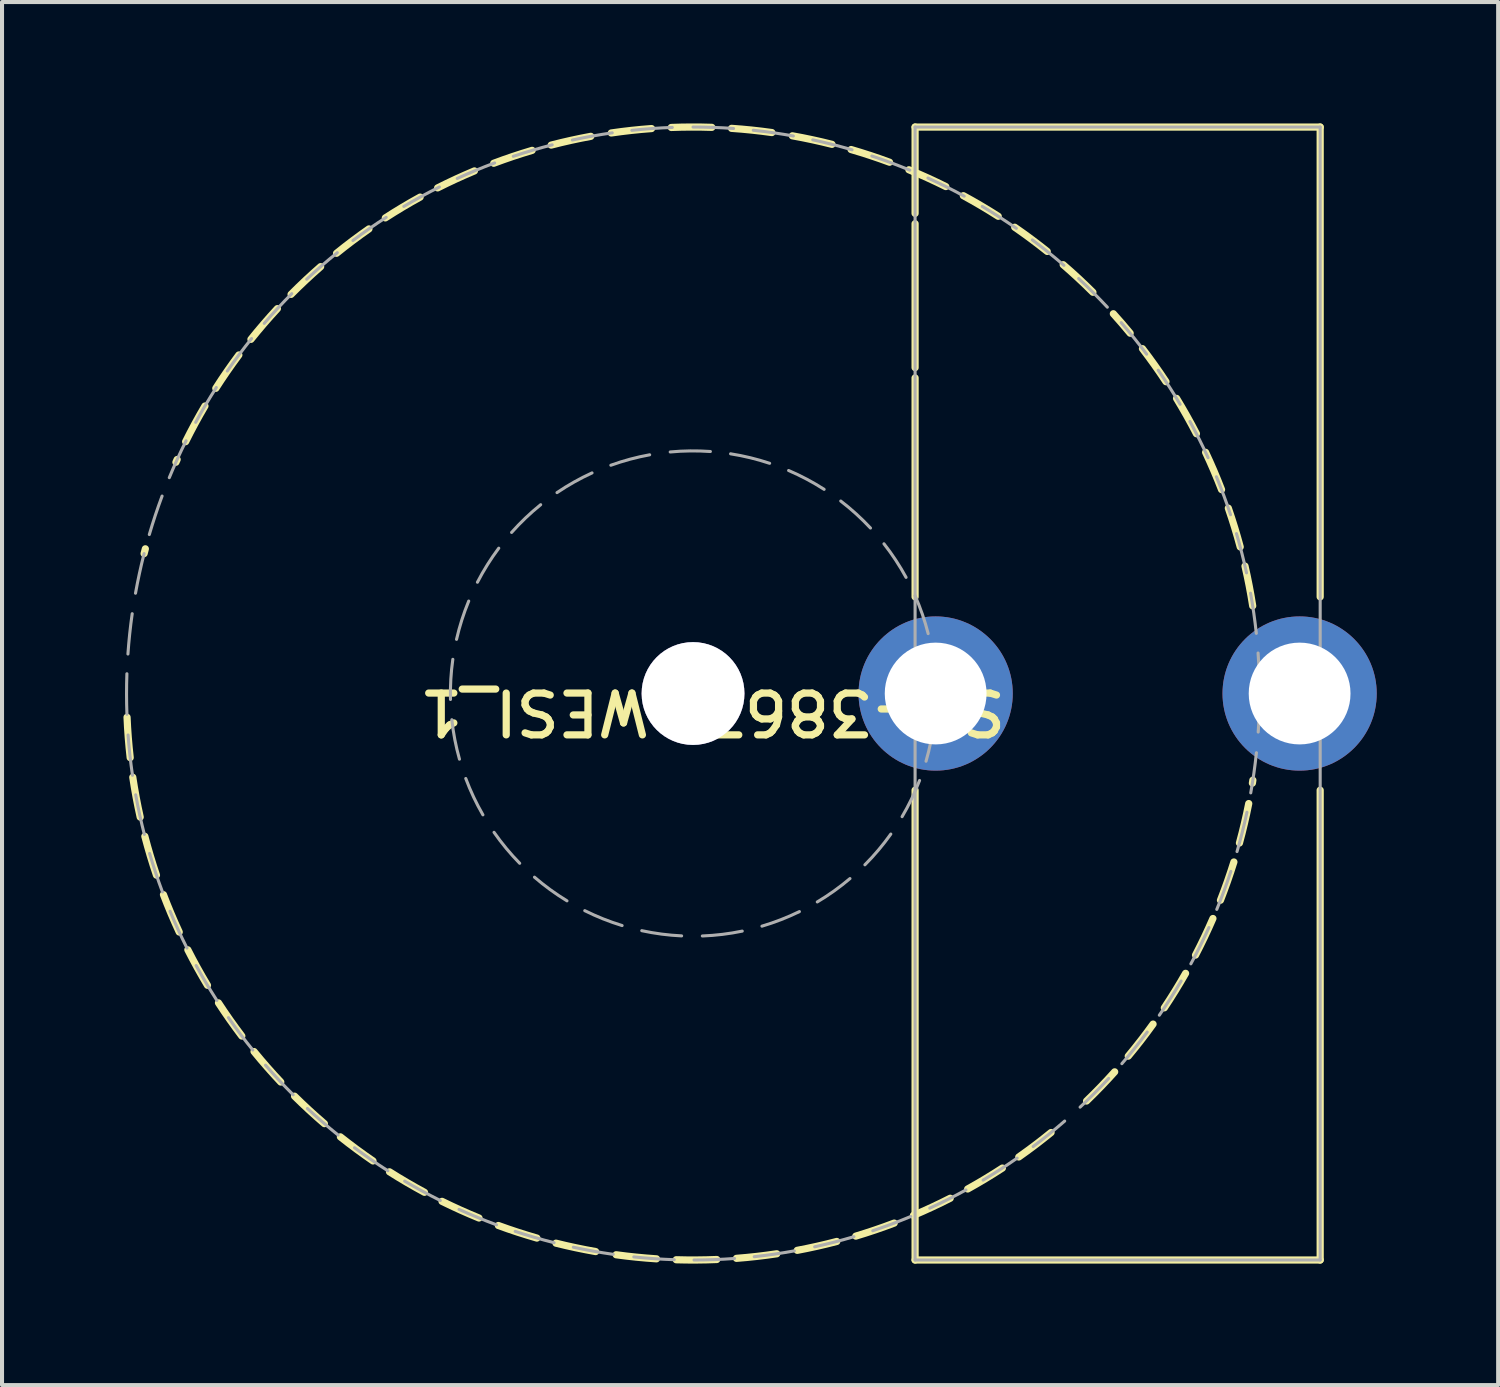
<source format=kicad_pcb>
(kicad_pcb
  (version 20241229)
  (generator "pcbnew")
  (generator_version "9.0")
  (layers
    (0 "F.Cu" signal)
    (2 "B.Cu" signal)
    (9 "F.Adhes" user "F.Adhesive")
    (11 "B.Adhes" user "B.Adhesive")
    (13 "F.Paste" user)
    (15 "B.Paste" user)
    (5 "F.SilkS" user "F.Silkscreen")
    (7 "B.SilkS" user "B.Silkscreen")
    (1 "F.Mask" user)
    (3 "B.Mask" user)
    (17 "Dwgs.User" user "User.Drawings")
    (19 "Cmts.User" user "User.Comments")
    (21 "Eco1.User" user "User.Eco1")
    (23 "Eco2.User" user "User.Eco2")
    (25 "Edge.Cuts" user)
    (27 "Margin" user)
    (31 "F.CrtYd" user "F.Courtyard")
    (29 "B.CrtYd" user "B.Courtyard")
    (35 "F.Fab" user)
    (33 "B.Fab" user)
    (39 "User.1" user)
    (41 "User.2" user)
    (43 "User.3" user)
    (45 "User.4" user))
  (footprint "SF-3863-WESI_1"
    (layer "F.Cu")
    (at 14.072 14.084)
    (property "Reference" "SF-3863-WESI_1" (at 0.483 0.457 180) (unlocked yes) (layer "F.SilkS") (effects (font (size 1.033 1.087) (thickness 0.178))))
    (attr smd)
    (fp_line (start 5.486 -13.995) (end 15.494 -13.995) (stroke (width 0.178) (type solid)) (layer "F.SilkS"))
    (fp_line (start 5.486 -11.862) (end 5.486 -13.995) (stroke (width 0.178) (type solid)) (layer "F.SilkS"))
    (fp_line (start 5.486 -8.052) (end 5.486 -11.608) (stroke (width 0.178) (type solid)) (layer "F.SilkS"))
    (fp_line (start 5.486 -2.388) (end 5.486 -7.798) (stroke (width 0.178) (type solid)) (layer "F.SilkS"))
    (fp_line (start 5.486 13.995) (end 5.486 2.388) (stroke (width 0.178) (type solid)) (layer "F.SilkS"))
    (fp_line (start 5.486 13.995) (end 15.494 13.995) (stroke (width 0.178) (type solid)) (layer "F.SilkS"))
    (fp_line (start 15.494 -2.388) (end 15.494 -13.995) (stroke (width 0.178) (type solid)) (layer "F.SilkS"))
    (fp_line (start 15.494 13.995) (end 15.494 2.388) (stroke (width 0.178) (type solid)) (layer "F.SilkS"))
    (fp_arc (start -13.905436 1.584325) (mid -13.95321 1.085891) (end -13.983124 0.586067) (stroke (width 0.1778) (type solid)) (layer "F.SilkS"))
    (fp_arc (start -13.658346 3.053002) (mid -13.758815 2.562467) (end -13.841673 2.068652) (stroke (width 0.1778) (type solid)) (layer "F.SilkS"))
    (fp_arc (start -13.561763 -3.45685) (mid -13.546551 -3.515991) (end -13.53108 -3.575066) (stroke (width 0.1778) (type solid)) (layer "F.SilkS"))
    (fp_arc (start -13.256587 4.487107) (mid -13.408614 4.010025) (end -13.543477 3.527811) (stroke (width 0.1778) (type solid)) (layer "F.SilkS"))
    (fp_arc (start -12.775479 -5.714748) (mid -12.760474 -5.748175) (end -12.745382 -5.781562) (stroke (width 0.1778) (type solid)) (layer "F.SilkS"))
    (fp_arc (start -12.694444 5.892565) (mid -12.897106 5.434693) (end -13.083259 4.969864) (stroke (width 0.1778) (type solid)) (layer "F.SilkS"))
    (fp_arc (start -12.535845 -6.222847) (mid -12.305221 -6.667292) (end -12.058845 -7.103202) (stroke (width 0.1778) (type solid)) (layer "F.SilkS"))
    (fp_arc (start -11.996399 7.208164) (mid -12.246569 6.77442) (end -12.481063 6.332005) (stroke (width 0.1778) (type solid)) (layer "F.SilkS"))
    (fp_arc (start -11.790458 -7.540313) (mid -11.513183 -7.957251) (end -11.221171 -8.364003) (stroke (width 0.1778) (type solid)) (layer "F.SilkS"))
    (fp_arc (start -11.147755 8.461606) (mid -11.443306 8.057417) (end -11.724209 7.642915) (stroke (width 0.1778) (type solid)) (layer "F.SilkS"))
    (fp_arc (start -10.922436 -8.750521) (mid -10.602425 -9.135634) (end -10.268843 -9.509053) (stroke (width 0.1778) (type solid)) (layer "F.SilkS"))
    (fp_arc (start -10.185471 9.598302) (mid -10.522299 9.227808) (end -10.845658 8.845503) (stroke (width 0.1778) (type solid)) (layer "F.SilkS"))
    (fp_arc (start -9.930727 -9.861637) (mid -9.571604 -10.210564) (end -9.20023 -10.546421) (stroke (width 0.1778) (type solid)) (layer "F.SilkS"))
    (fp_arc (start -9.107845 10.626306) (mid -9.482136 10.293703) (end -9.84429 9.947923) (stroke (width 0.1778) (type solid)) (layer "F.SilkS"))
    (fp_arc (start -8.80759 -10.876469) (mid -8.412884 -11.18457) (end -8.00741 -11.478354) (stroke (width 0.1778) (type solid)) (layer "F.SilkS"))
    (fp_arc (start -7.906939 11.547793) (mid -8.314962 11.257558) (end -8.712341 10.952914) (stroke (width 0.1778) (type solid)) (layer "F.SilkS"))
    (fp_arc (start -7.601943 -11.750816) (mid -7.176732 -12.015229) (end -6.742335 -12.264263) (stroke (width 0.1778) (type solid)) (layer "F.SilkS"))
    (fp_arc (start -6.635054 12.322633) (mid -7.071608 12.0774) (end -7.49911 11.816707) (stroke (width 0.1778) (type solid)) (layer "F.SilkS"))
    (fp_arc (start -6.310211 -12.492096) (mid -5.85931 -12.709827) (end -5.400909 -12.91129) (stroke (width 0.1778) (type solid)) (layer "F.SilkS"))
    (fp_arc (start -5.288033 12.957929) (mid -5.748175 12.760474) (end -6.200959 12.546686) (stroke (width 0.1778) (type solid)) (layer "F.SilkS"))
    (fp_arc (start -4.924164 -13.100528) (mid -4.452386 -13.268289) (end -3.974908 -13.419066) (stroke (width 0.1778) (type solid)) (layer "F.SilkS"))
    (fp_arc (start -3.857655 13.453242) (mid -4.33643 13.306637) (end -4.809655 13.143) (stroke (width 0.1778) (type solid)) (layer "F.SilkS"))
    (fp_arc (start -3.504169 -13.549613) (mid -3.017235 -13.666291) (end -2.526438 -13.765476) (stroke (width 0.1778) (type solid)) (layer "F.SilkS"))
    (fp_arc (start -2.406217 13.786999) (mid -2.89786 13.692101) (end -3.385794 13.579677) (stroke (width 0.1778) (type solid)) (layer "F.SilkS"))
    (fp_arc (start -2.020323 -13.848809) (mid -1.523636 -13.912216) (end -1.024998 -13.957815) (stroke (width 0.1778) (type solid)) (layer "F.SilkS"))
    (fp_arc (start -0.903156 13.966228) (mid -1.402172 13.924982) (end -1.899394 13.865912) (stroke (width 0.1778) (type solid)) (layer "F.SilkS"))
    (fp_arc (start -0.537253 -13.985085) (mid -0.03664 -13.995353) (end 0.46402 -13.987706) (stroke (width 0.1778) (type solid)) (layer "F.SilkS"))
    (fp_arc (start 0.586066 13.983124) (mid 0.085492 13.995139) (end -0.415191 13.98924) (stroke (width 0.1778) (type solid)) (layer "F.SilkS"))
    (fp_arc (start 0.951901 -13.962991) (mid 1.450771 -13.920004) (end 1.947783 -13.859198) (stroke (width 0.1778) (type solid)) (layer "F.SilkS"))
    (fp_arc (start 2.068651 13.841673) (mid 1.572188 13.906813) (end 1.073713 13.954152) (stroke (width 0.1778) (type solid)) (layer "F.SilkS"))
    (fp_arc (start 2.454328 -13.778515) (mid 2.945637 -13.681901) (end 3.433175 -13.567775) (stroke (width 0.1778) (type solid)) (layer "F.SilkS"))
    (fp_arc (start 3.551444 13.537299) (mid 3.06492 13.655676) (end 2.574473 13.756573) (stroke (width 0.1778) (type solid)) (layer "F.SilkS"))
    (fp_arc (start 3.904592 -13.439694) (mid 4.382852 -13.291419) (end 4.855503 -13.126131) (stroke (width 0.1778) (type solid)) (layer "F.SilkS"))
    (fp_arc (start 4.969864 13.083259) (mid 4.498674 13.252666) (end 4.021725 13.405109) (stroke (width 0.1778) (type solid)) (layer "F.SilkS"))
    (fp_arc (start 5.333232 -12.939391) (mid 5.792682 -12.740331) (end 6.244717 -12.524964) (stroke (width 0.1778) (type solid)) (layer "F.SilkS"))
    (fp_arc (start 6.353778 12.469993) (mid 5.90364 12.689297) (end 5.445945 12.892358) (stroke (width 0.1778) (type solid)) (layer "F.SilkS"))
    (fp_arc (start 6.678028 -12.299397) (mid 7.113723 -12.052641) (end 7.540313 -11.790458) (stroke (width 0.1778) (type solid)) (layer "F.SilkS"))
    (fp_arc (start 7.642916 11.724209) (mid 7.218631 11.990105) (end 6.785105 12.240653) (stroke (width 0.1778) (type solid)) (layer "F.SilkS"))
    (fp_arc (start 7.9472 -11.520123) (mid 8.354207 -11.228466) (end 8.750521 -10.922436) (stroke (width 0.1778) (type solid)) (layer "F.SilkS"))
    (fp_arc (start 8.845503 10.845659) (mid 8.451875 11.155135) (end 8.047429 11.450333) (stroke (width 0.1778) (type solid)) (layer "F.SilkS"))
    (fp_arc (start 9.144883 -10.594448) (mid 9.518011 -10.26054) (end 9.878955 -9.913499) (stroke (width 0.1778) (type solid)) (layer "F.SilkS"))
    (fp_arc (start 10.384249 -9.382889) (mid 10.594449 -9.144883) (end 10.799195 -8.902169) (stroke (width 0.1778) (type solid)) (layer "F.SilkS"))
    (fp_arc (start 10.416938 9.346583) (mid 10.075929 9.713232) (end 9.722022 10.067448) (stroke (width 0.1778) (type solid)) (layer "F.SilkS"))
    (fp_arc (start 11.103298 -8.51986) (mid 11.400961 -8.117224) (end 11.68403 -7.704198) (stroke (width 0.1778) (type solid)) (layer "F.SilkS"))
    (fp_arc (start 11.365434 8.166892) (mid 11.066017 8.568225) (end 10.752435 8.958591) (stroke (width 0.1778) (type solid)) (layer "F.SilkS"))
    (fp_arc (start 11.945785 -7.291738) (mid 12.198977 -6.859751) (end 12.436554 -6.418984) (stroke (width 0.1778) (type solid)) (layer "F.SilkS"))
    (fp_arc (start 12.16893 6.912914) (mid 11.913856 7.343792) (end 11.643531 7.76527) (stroke (width 0.1778) (type solid)) (layer "F.SilkS"))
    (fp_arc (start 12.663417 -5.958951) (mid 12.868474 -5.502146) (end 13.057058 -5.038299) (stroke (width 0.1778) (type solid)) (layer "F.SilkS"))
    (fp_arc (start 12.844343 5.558244) (mid 12.637295 6.01415) (end 12.414071 6.462357) (stroke (width 0.1778) (type solid)) (layer "F.SilkS"))
    (fp_arc (start 13.224938 -4.579545) (mid 13.380292 -4.103537) (end 13.518518 -3.622276) (stroke (width 0.1778) (type solid)) (layer "F.SilkS"))
    (fp_arc (start 13.36226 4.161881) (mid 13.204831 4.637207) (end 13.030499 5.106597) (stroke (width 0.1778) (type solid)) (layer "F.SilkS"))
    (fp_arc (start 13.636699 -3.14828) (mid 13.74059 -2.658458) (end 13.826894 -2.165234) (stroke (width 0.1778) (type solid)) (layer "F.SilkS"))
    (fp_arc (start 13.72886 2.718388) (mid 13.622832 3.207752) (end 13.499367 3.693009) (stroke (width 0.1778) (type solid)) (layer "F.SilkS"))
    (fp_arc (start 13.830651 2.141098) (mid 13.824998 2.177299) (end 13.819251 2.213485) (stroke (width 0.1778) (type solid)) (layer "F.SilkS"))
    (fp_line (start 5.486 -13.995) (end 15.494 -13.995) (stroke (width 0.076) (type solid)) (layer "F.Fab"))
    (fp_line (start 5.486 13.995) (end 5.486 -13.995) (stroke (width 0.076) (type solid)) (layer "F.Fab"))
    (fp_line (start 5.486 13.995) (end 15.494 13.995) (stroke (width 0.076) (type solid)) (layer "F.Fab"))
    (fp_line (start 15.494 13.995) (end 15.494 -13.995) (stroke (width 0.076) (type solid)) (layer "F.Fab"))
    (fp_arc (start -13.986 0.512844) (mid -13.995394 0.012214) (end -13.986874 -0.488432) (stroke (width 0.0762) (type solid)) (layer "F.Fab"))
    (fp_arc (start -13.961308 -0.97627) (mid -13.91745 -1.475064) (end -13.855777 -1.971969) (stroke (width 0.0762) (type solid)) (layer "F.Fab"))
    (fp_arc (start -13.848809 2.020323) (mid -13.912216 1.523636) (end -13.957815 1.024998) (stroke (width 0.0762) (type solid)) (layer "F.Fab"))
    (fp_arc (start -13.774211 -2.478372) (mid -13.67674 -2.969511) (end -13.561763 -3.45685) (stroke (width 0.0762) (type solid)) (layer "F.Fab"))
    (fp_arc (start -13.555709 3.480515) (mid -13.671537 2.993378) (end -13.769865 2.502409) (stroke (width 0.0762) (type solid)) (layer "F.Fab"))
    (fp_arc (start -13.432859 -3.928043) (mid -13.283749 -4.406044) (end -13.117636 -4.878405) (stroke (width 0.0762) (type solid)) (layer "F.Fab"))
    (fp_arc (start -13.109102 4.901293) (mid -13.276039 4.429222) (end -13.425983 3.951482) (stroke (width 0.0762) (type solid)) (layer "F.Fab"))
    (fp_arc (start -12.939391 -5.333232) (mid -12.740331 -5.792682) (end -12.524964 -6.244717) (stroke (width 0.0762) (type solid)) (layer "F.Fab"))
    (fp_arc (start -12.50309 6.288399) (mid -12.720034 5.837119) (end -12.920696 5.378367) (stroke (width 0.0762) (type solid)) (layer "F.Fab"))
    (fp_arc (start -12.287723 -6.699484) (mid -12.040207 -7.134748) (end -11.77728 -7.560879) (stroke (width 0.0762) (type solid)) (layer "F.Fab"))
    (fp_arc (start -11.764065 7.581423) (mid -12.027736 7.155751) (end -12.276011 6.72092) (stroke (width 0.0762) (type solid)) (layer "F.Fab"))
    (fp_arc (start -11.506235 -7.967295) (mid -11.213868 -8.373792) (end -10.907147 -8.769571) (stroke (width 0.0762) (type solid)) (layer "F.Fab"))
    (fp_arc (start -10.876469 8.80759) (mid -11.18457 8.412884) (end -11.478354 8.00741) (stroke (width 0.0762) (type solid)) (layer "F.Fab"))
    (fp_arc (start -10.594448 -9.144883) (mid -10.26054 -9.518011) (end -9.913499 -9.878955) (stroke (width 0.0762) (type solid)) (layer "F.Fab"))
    (fp_arc (start -9.878954 9.9135) (mid -10.227253 9.553769) (end -10.562462 9.181809) (stroke (width 0.0762) (type solid)) (layer "F.Fab"))
    (fp_arc (start -9.54484 -10.235587) (mid -9.172588 -10.570471) (end -8.788594 -10.891824) (stroke (width 0.0762) (type solid)) (layer "F.Fab"))
    (fp_arc (start -8.769571 10.907147) (mid -9.154125 10.586465) (end -9.526961 10.252231) (stroke (width 0.0762) (type solid)) (layer "F.Fab"))
    (fp_arc (start -8.403121 -11.191907) (mid -7.99739 -11.485337) (end -7.581423 -11.764066) (stroke (width 0.0762) (type solid)) (layer "F.Fab"))
    (fp_arc (start -7.540313 11.790458) (mid -7.957251 11.513183) (end -8.364003 11.221171) (stroke (width 0.0762) (type solid)) (layer "F.Fab"))
    (fp_arc (start -7.145253 -12.033976) (mid -6.710205 -12.281871) (end -6.266568 -12.514046) (stroke (width 0.0762) (type solid)) (layer "F.Fab"))
    (fp_arc (start -6.244717 12.524964) (mid -6.688758 12.293564) (end -7.124238 12.046429) (stroke (width 0.0762) (type solid)) (layer "F.Fab"))
    (fp_arc (start -5.992611 0.146457) (mid -5.984157 -0.350284) (end -5.934598 -0.844618) (stroke (width 0.0762) (type solid)) (layer "F.Fab"))
    (fp_arc (start -5.843109 -1.33825) (mid -5.712223 -1.817511) (end -5.542099 -2.284288) (stroke (width 0.0762) (type solid)) (layer "F.Fab"))
    (fp_arc (start -5.826016 -12.725123) (mid -5.367089 -12.925385) (end -4.901292 -13.109102) (stroke (width 0.0762) (type solid)) (layer "F.Fab"))
    (fp_arc (start -5.77076 1.622087) (mid -5.885262 1.13865) (end -5.959339 0.647391) (stroke (width 0.0762) (type solid)) (layer "F.Fab"))
    (fp_arc (start -5.326727 -2.749329) (mid -5.080765 -3.180983) (end -4.799904 -3.590787) (stroke (width 0.0762) (type solid)) (layer "F.Fab"))
    (fp_arc (start -5.191303 2.9972) (mid -5.421666 2.557024) (end -5.614788 2.099283) (stroke (width 0.0762) (type solid)) (layer "F.Fab"))
    (fp_arc (start -4.855503 13.126131) (mid -5.321939 12.944041) (end -5.781562 12.745382) (stroke (width 0.0762) (type solid)) (layer "F.Fab"))
    (fp_arc (start -4.482601 -3.97984) (mid -4.137642 -4.337367) (end -3.764262 -4.665101) (stroke (width 0.0762) (type solid)) (layer "F.Fab"))
    (fp_arc (start -4.440805 -13.272169) (mid -3.963196 -13.422529) (end -3.480514 -13.555709) (stroke (width 0.0762) (type solid)) (layer "F.Fab"))
    (fp_arc (start -4.282835 4.194062) (mid -4.615428 3.825004) (end -4.916318 3.429671) (stroke (width 0.0762) (type solid)) (layer "F.Fab"))
    (fp_arc (start -3.433175 13.567775) (mid -3.916319 13.436281) (end -4.39445 13.287589) (stroke (width 0.0762) (type solid)) (layer "F.Fab"))
    (fp_arc (start -3.360695 -4.963725) (mid -2.938115 -5.22497) (end -2.495354 -5.450325) (stroke (width 0.0762) (type solid)) (layer "F.Fab"))
    (fp_arc (start -3.114205 5.121968) (mid -3.52765 4.846495) (end -3.916864 4.537731) (stroke (width 0.0762) (type solid)) (layer "F.Fab"))
    (fp_arc (start -2.981445 -13.674143) (mid -2.490391 -13.772042) (end -1.996149 -13.852314) (stroke (width 0.0762) (type solid)) (layer "F.Fab"))
    (fp_arc (start -2.030531 -5.640015) (mid -1.556517 -5.788789) (end -1.071812 -5.8978) (stroke (width 0.0762) (type solid)) (layer "F.Fab"))
    (fp_arc (start -1.971969 13.855777) (mid -2.466351 13.776369) (end -2.957575 13.679326) (stroke (width 0.0762) (type solid)) (layer "F.Fab"))
    (fp_arc (start -1.752593 5.732474) (mid -2.22127 5.567657) (end -2.674688 5.364595) (stroke (width 0.0762) (type solid)) (layer "F.Fab"))
    (fp_arc (start -1.511494 -13.913541) (mid -1.012817 -13.958705) (end -0.512843 -13.986001) (stroke (width 0.0762) (type solid)) (layer "F.Fab"))
    (fp_arc (start -0.564123 -5.967797) (mid -0.068003 -5.994015) (end 0.428584 -5.979059) (stroke (width 0.0762) (type solid)) (layer "F.Fab"))
    (fp_arc (start -0.46402 13.987706) (mid -0.964086 13.962155) (end -1.462918 13.918732) (stroke (width 0.0762) (type solid)) (layer "F.Fab"))
    (fp_arc (start -0.282375 5.987746) (mid -0.777239 5.943798) (end -1.266765 5.859022) (stroke (width 0.0762) (type solid)) (layer "F.Fab"))
    (fp_arc (start 0 -13.9954) (mid 0.500638 -13.986443) (end 1.000635 -13.959583) (stroke (width 0.0762) (type solid)) (layer "F.Fab"))
    (fp_arc (start 0.927396 -5.922226) (mid 1.41462 -5.82509) (end 1.892127 -5.687942) (stroke (width 0.0762) (type solid)) (layer "F.Fab"))
    (fp_arc (start 1.024998 13.957815) (mid 0.525049 13.985548) (end 0.024427 13.995379) (stroke (width 0.0762) (type solid)) (layer "F.Fab"))
    (fp_arc (start 1.215588 5.869854) (mid 0.725341 5.950355) (end 0.230112 5.989982) (stroke (width 0.0762) (type solid)) (layer "F.Fab"))
    (fp_arc (start 1.487208 -13.916157) (mid 1.98406 -13.854051) (end 2.478372 -13.774211) (stroke (width 0.0762) (type solid)) (layer "F.Fab"))
    (fp_arc (start 2.361446 -5.509665) (mid 2.809581 -5.295195) (end 3.238417 -5.044352) (stroke (width 0.0762) (type solid)) (layer "F.Fab"))
    (fp_arc (start 2.502408 13.769864) (mid 2.008236 13.850566) (end 1.511494 13.91354) (stroke (width 0.0762) (type solid)) (layer "F.Fab"))
    (fp_arc (start 2.627772 5.387731) (mid 2.172599 5.586828) (end 1.702502 5.747549) (stroke (width 0.0762) (type solid)) (layer "F.Fab"))
    (fp_arc (start 2.957575 -13.679326) (mid 3.445014 -13.564774) (end 3.928043 -13.432859) (stroke (width 0.0762) (type solid)) (layer "F.Fab"))
    (fp_arc (start 3.64916 -4.755677) (mid 4.030436 -4.437163) (end 4.384027 -4.088171) (stroke (width 0.0762) (type solid)) (layer "F.Fab"))
    (fp_arc (start 3.877117 4.571739) (mid 3.485224 4.877094) (end 3.06939 5.148949) (stroke (width 0.0762) (type solid)) (layer "F.Fab"))
    (fp_arc (start 3.974909 13.419065) (mid 3.492343 13.552666) (end 3.005307 13.668919) (stroke (width 0.0762) (type solid)) (layer "F.Fab"))
    (fp_arc (start 4.417635 -13.2799) (mid 4.889851 -13.113375) (end 5.355808 -12.930064) (stroke (width 0.0762) (type solid)) (layer "F.Fab"))
    (fp_arc (start 4.717203 -3.698759) (mid 5.007289 -3.295433) (end 5.262981 -2.86947) (stroke (width 0.0762) (type solid)) (layer "F.Fab"))
    (fp_arc (start 4.886202 3.472444) (mid 4.581874 3.865135) (end 4.246072 4.231277) (stroke (width 0.0762) (type solid)) (layer "F.Fab"))
    (fp_arc (start 5.378367 12.920696) (mid 4.912731 13.10482) (end 4.440806 13.272169) (stroke (width 0.0762) (type solid)) (layer "F.Fab"))
    (fp_arc (start 5.484634 -2.419012) (mid 5.666111 -1.956531) (end 5.808668 -1.480611) (stroke (width 0.0762) (type solid)) (layer "F.Fab"))
    (fp_arc (start 5.596255 2.148201) (mid 5.399146 2.604239) (end 5.16495 3.042388) (stroke (width 0.0762) (type solid)) (layer "F.Fab"))
    (fp_arc (start 5.803798 -12.735272) (mid 6.255645 -12.51951) (end 6.699484 -12.287723) (stroke (width 0.0762) (type solid)) (layer "F.Fab"))
    (fp_arc (start 5.91219 -0.989361) (mid 5.973812 -0.496385) (end 5.9944 0) (stroke (width 0.0762) (type solid)) (layer "F.Fab"))
    (fp_arc (start 5.953462 0.699371) (mid 5.875101 1.189964) (end 5.756384 1.672384) (stroke (width 0.0762) (type solid)) (layer "F.Fab"))
    (fp_arc (start 5.9944 0) (mid 5.993576 0.099386) (end 5.991104 0.198745) (stroke (width 0.0762) (type solid)) (layer "F.Fab"))
    (fp_arc (start 6.742336 12.264262) (mid 6.299308 12.497597) (end 5.848217 12.714935) (stroke (width 0.0762) (type solid)) (layer "F.Fab"))
    (fp_arc (start 7.145253 -12.033977) (mid 7.571155 -11.770678) (end 7.987365 -11.492312) (stroke (width 0.0762) (type solid)) (layer "F.Fab"))
    (fp_arc (start 8.007411 11.478353) (mid 7.591687 11.757445) (end 7.166245 12.021487) (stroke (width 0.0762) (type solid)) (layer "F.Fab"))
    (fp_arc (start 8.383575 -11.206556) (mid 8.779086 -10.89949) (end 9.16336 -10.578472) (stroke (width 0.0762) (type solid)) (layer "F.Fab"))
    (fp_arc (start 9.181808 10.562463) (mid 8.798095 10.884151) (end 8.403121 11.191907) (stroke (width 0.0762) (type solid)) (layer "F.Fab"))
    (fp_arc (start 9.526961 -10.252231) (mid 9.887603 -9.904875) (end 10.235588 -9.54484) (stroke (width 0.0762) (type solid)) (layer "F.Fab"))
    (fp_arc (start 10.268843 9.509053) (mid 9.922117 9.8703) (end 9.56269 10.218913) (stroke (width 0.0762) (type solid)) (layer "F.Fab"))
    (fp_arc (start 10.578472 -9.16336) (mid 10.89949 -8.779086) (end 11.206556 -8.383575) (stroke (width 0.0762) (type solid)) (layer "F.Fab"))
    (fp_arc (start 11.221171 8.364003) (mid 10.914795 8.760049) (end 10.594449 9.144883) (stroke (width 0.0762) (type solid)) (layer "F.Fab"))
    (fp_arc (start 11.492311 -7.987364) (mid 11.770677 -7.571154) (end 12.033976 -7.145252) (stroke (width 0.0762) (type solid)) (layer "F.Fab"))
    (fp_arc (start 12.058845 7.103202) (mid 11.797034 7.53002) (end 11.520123 7.9472) (stroke (width 0.0762) (type solid)) (layer "F.Fab"))
    (fp_arc (start 12.276011 -6.72092) (mid 12.508573 -6.277486) (end 12.725123 -5.826016) (stroke (width 0.0762) (type solid)) (layer "F.Fab"))
    (fp_arc (start 12.745382 5.781562) (mid 12.530409 6.233785) (end 12.299397 6.678028) (stroke (width 0.0762) (type solid)) (layer "F.Fab"))
    (fp_arc (start 12.930063 -5.355808) (mid 13.113374 -4.889851) (end 13.279899 -4.417635) (stroke (width 0.0762) (type solid)) (layer "F.Fab"))
    (fp_arc (start 13.28759 4.39445) (mid 13.121889 4.866956) (end 12.939392 5.333232) (stroke (width 0.0762) (type solid)) (layer "F.Fab"))
    (fp_arc (start 13.425983 -3.951481) (mid 13.558741 -3.468683) (end 13.674144 -2.981445) (stroke (width 0.0762) (type solid)) (layer "F.Fab"))
    (fp_arc (start 13.684467 2.933696) (mid 13.570766 3.421334) (end 13.439694 3.904592) (stroke (width 0.0762) (type solid)) (layer "F.Fab"))
    (fp_arc (start 13.774211 -2.478372) (mid 13.854051 -1.98406) (end 13.916157 -1.487208) (stroke (width 0.0762) (type solid)) (layer "F.Fab"))
    (fp_arc (start 13.918732 1.462917) (mid 13.857493 1.959876) (end 13.778516 2.454327) (stroke (width 0.0762) (type solid)) (layer "F.Fab"))
    (fp_arc (start 13.959583 -1.000635) (mid 13.986443 -0.500638) (end 13.9954 0) (stroke (width 0.0762) (type solid)) (layer "F.Fab"))
    (fp_arc (start 13.9954 0) (mid 13.987295 0.476226) (end 13.962991 0.951901) (stroke (width 0.0762) (type solid)) (layer "F.Fab"))
    (pad "1" thru_hole circle (at 14.986 0) (size 3.81 3.81) (drill 2.515) (layers "*.Cu" "*.Mask"))
    (pad "2" thru_hole circle (at 5.994 0) (size 3.81 3.81) (drill 2.515) (layers "*.Cu" "*.Mask"))
    (pad "3" thru_hole circle (at 0 0) (size 2.54 2.54) (drill 2.997) (layers "*.Cu" "*.Mask")))
  (gr_rect
    (start -3 -3)
    (end 33.963 31.169)
    (stroke (width 0.1) (type default))
    (fill no)
    (layer "Edge.Cuts")))
</source>
